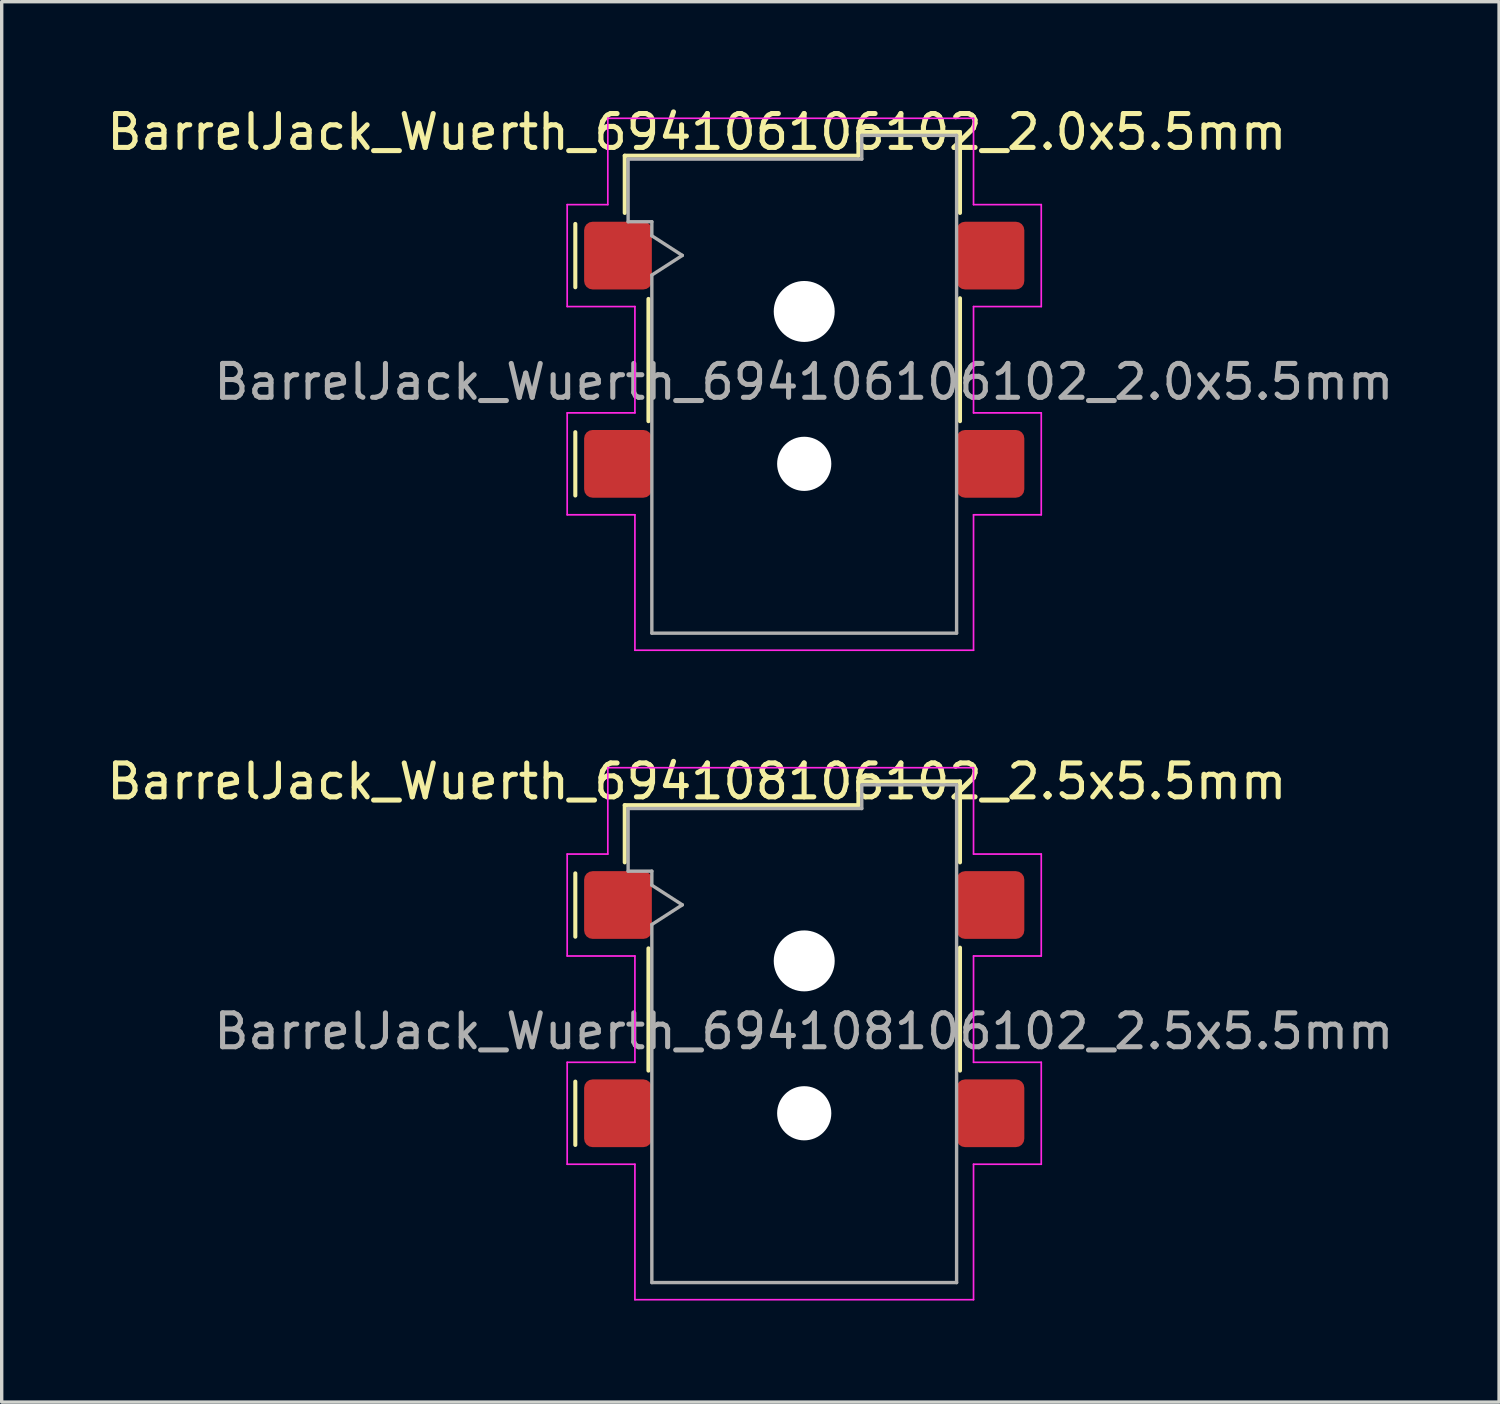
<source format=kicad_pcb>
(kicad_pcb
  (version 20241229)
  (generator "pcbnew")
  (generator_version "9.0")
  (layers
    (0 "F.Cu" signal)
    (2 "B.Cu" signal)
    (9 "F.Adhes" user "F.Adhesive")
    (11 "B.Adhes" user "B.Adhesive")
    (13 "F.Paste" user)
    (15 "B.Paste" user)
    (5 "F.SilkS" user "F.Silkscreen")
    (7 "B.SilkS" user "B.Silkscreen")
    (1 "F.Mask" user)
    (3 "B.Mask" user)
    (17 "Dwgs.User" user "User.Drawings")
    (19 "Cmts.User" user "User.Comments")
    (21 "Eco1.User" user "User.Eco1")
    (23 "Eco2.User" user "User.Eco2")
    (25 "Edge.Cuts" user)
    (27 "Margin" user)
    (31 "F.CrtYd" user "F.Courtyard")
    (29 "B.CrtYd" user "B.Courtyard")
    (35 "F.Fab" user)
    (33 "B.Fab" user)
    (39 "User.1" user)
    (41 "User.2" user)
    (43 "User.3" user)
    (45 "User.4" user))
  (footprint "BarrelJack_Wuerth_694106106102_2.0x5.5mm"
    (layer "F.Cu")
    (at 20.7 7.573)
    (property "Reference" "BarrelJack_Wuerth_694106106102_2.0x5.5mm" (at -3.17 -6.725 0) (layer "F.SilkS") (effects (font (size 1 1) (thickness 0.15))))
    (attr smd)
    (fp_circle (center 0 -1.425) (end 0.9 -1.425) (stroke (width 0.12) (type solid)) (fill no) (layer "B.Mask"))
    (fp_circle (center 0 3.075) (end 0.8 3.075) (stroke (width 0.12) (type solid)) (fill no) (layer "B.Mask"))
    (fp_line (start -6.76 -4.01) (end -6.76 -2.14) (stroke (width 0.12) (type default)) (layer "F.SilkS"))
    (fp_line (start -6.76 2.14) (end -6.76 4.01) (stroke (width 0.12) (type default)) (layer "F.SilkS"))
    (fp_line (start -5.3 -4.335) (end -5.3 -6.025) (stroke (width 0.12) (type solid)) (layer "F.SilkS"))
    (fp_line (start -4.6 -1.795) (end -4.6 1.815) (stroke (width 0.12) (type solid)) (layer "F.SilkS"))
    (fp_line (start 1.6 -6.725) (end 1.6 -6.025) (stroke (width 0.12) (type solid)) (layer "F.SilkS"))
    (fp_line (start 1.6 -6.025) (end -5.3 -6.025) (stroke (width 0.12) (type solid)) (layer "F.SilkS"))
    (fp_line (start 4.6 -6.725) (end 1.6 -6.725) (stroke (width 0.12) (type solid)) (layer "F.SilkS"))
    (fp_line (start 4.6 -6.725) (end 4.6 -4.335) (stroke (width 0.12) (type default)) (layer "F.SilkS"))
    (fp_line (start 4.6 -1.815) (end 4.6 1.815) (stroke (width 0.12) (type solid)) (layer "F.SilkS"))
    (fp_line (start -7 -4.58) (end -7 -1.57) (stroke (width 0.05) (type default)) (layer "F.CrtYd"))
    (fp_line (start -7 1.57) (end -7 4.58) (stroke (width 0.05) (type default)) (layer "F.CrtYd"))
    (fp_line (start -5.8 -7.13) (end -5.8 -4.58) (stroke (width 0.05) (type default)) (layer "F.CrtYd"))
    (fp_line (start -5.8 -7.13) (end 5 -7.13) (stroke (width 0.05) (type solid)) (layer "F.CrtYd"))
    (fp_line (start -5.8 -4.58) (end -7 -4.58) (stroke (width 0.05) (type default)) (layer "F.CrtYd"))
    (fp_line (start -5 -1.57) (end -7 -1.57) (stroke (width 0.05) (type default)) (layer "F.CrtYd"))
    (fp_line (start -5 -1.57) (end -5 1.57) (stroke (width 0.05) (type default)) (layer "F.CrtYd"))
    (fp_line (start -5 1.57) (end -7 1.57) (stroke (width 0.05) (type default)) (layer "F.CrtYd"))
    (fp_line (start -5 4.58) (end -7 4.58) (stroke (width 0.05) (type default)) (layer "F.CrtYd"))
    (fp_line (start -5 8.58) (end -5 4.58) (stroke (width 0.05) (type solid)) (layer "F.CrtYd"))
    (fp_line (start 5 -7.13) (end 5 -4.58) (stroke (width 0.05) (type default)) (layer "F.CrtYd"))
    (fp_line (start 5 -4.58) (end 7 -4.58) (stroke (width 0.05) (type default)) (layer "F.CrtYd"))
    (fp_line (start 5 -1.57) (end 5 1.57) (stroke (width 0.05) (type default)) (layer "F.CrtYd"))
    (fp_line (start 5 1.57) (end 7 1.57) (stroke (width 0.05) (type default)) (layer "F.CrtYd"))
    (fp_line (start 5 4.58) (end 5 8.58) (stroke (width 0.05) (type default)) (layer "F.CrtYd"))
    (fp_line (start 5 8.58) (end -5 8.58) (stroke (width 0.05) (type solid)) (layer "F.CrtYd"))
    (fp_line (start 7 -4.58) (end 7 -1.57) (stroke (width 0.05) (type default)) (layer "F.CrtYd"))
    (fp_line (start 7 -1.57) (end 5 -1.57) (stroke (width 0.05) (type default)) (layer "F.CrtYd"))
    (fp_line (start 7 1.57) (end 7 4.58) (stroke (width 0.05) (type default)) (layer "F.CrtYd"))
    (fp_line (start 7 4.58) (end 5 4.58) (stroke (width 0.05) (type default)) (layer "F.CrtYd"))
    (fp_line (start -5.2 -5.925) (end -5.2 -4.075) (stroke (width 0.1) (type default)) (layer "F.Fab"))
    (fp_line (start -5.2 -4.075) (end -4.5 -4.075) (stroke (width 0.1) (type default)) (layer "F.Fab"))
    (fp_line (start -4.5 -4.075) (end -4.5 -3.66) (stroke (width 0.1) (type default)) (layer "F.Fab"))
    (fp_line (start -4.5 -3.66) (end -3.6 -3.08) (stroke (width 0.1) (type default)) (layer "F.Fab"))
    (fp_line (start -4.5 -2.5) (end -4.5 8.075) (stroke (width 0.1) (type default)) (layer "F.Fab"))
    (fp_line (start -4.5 8.075) (end 4.5 8.075) (stroke (width 0.1) (type default)) (layer "F.Fab"))
    (fp_line (start -3.6 -3.08) (end -4.5 -2.5) (stroke (width 0.1) (type default)) (layer "F.Fab"))
    (fp_line (start 1.7 -6.625) (end 1.7 -5.925) (stroke (width 0.1) (type default)) (layer "F.Fab"))
    (fp_line (start 1.7 -5.925) (end -5.2 -5.925) (stroke (width 0.1) (type default)) (layer "F.Fab"))
    (fp_line (start 4.5 -6.625) (end 1.7 -6.625) (stroke (width 0.1) (type default)) (layer "F.Fab"))
    (fp_line (start 4.5 8.075) (end 4.5 -6.625) (stroke (width 0.1) (type default)) (layer "F.Fab"))
    (fp_text user "${REFERENCE}" (at -0.01 0.655 0) (layer "F.Fab") (effects (font (size 1 1) (thickness 0.15))))
    (pad "" np_thru_hole circle (at 0 -1.425) (size 1.8 1.8) (drill 1.8) (layers "*.Cu" "*.Mask"))
    (pad "" np_thru_hole circle (at 0 3.075) (size 1.6 1.6) (drill 1.6) (layers "*.Cu" "*.Mask"))
    (pad "1" smd roundrect (at -5.5 -3.075) (size 2 2) (layers "F.Cu" "F.Mask" "F.Paste") (roundrect_rratio 0.125))
    (pad "1" smd roundrect (at -5.5 3.075) (size 2 2) (layers "F.Cu" "F.Mask" "F.Paste") (roundrect_rratio 0.125))
    (pad "2" smd roundrect (at 5.5 3.075) (size 2 2) (layers "F.Cu" "F.Mask" "F.Paste") (roundrect_rratio 0.125))
    (pad "3" smd roundrect (at 5.5 -3.075) (size 2 2) (layers "F.Cu" "F.Mask" "F.Paste") (roundrect_rratio 0.125)))
  (footprint "BarrelJack_Wuerth_694108106102_2.5x5.5mm"
    (layer "F.Cu")
    (at 20.7 26.752)
    (property "Reference" "BarrelJack_Wuerth_694108106102_2.5x5.5mm" (at -3.17 -6.725 0) (layer "F.SilkS") (effects (font (size 1 1) (thickness 0.15))))
    (attr smd)
    (fp_circle (center 0 -1.425) (end 0.9 -1.425) (stroke (width 0.12) (type solid)) (fill no) (layer "B.Mask"))
    (fp_circle (center 0 3.075) (end 0.8 3.075) (stroke (width 0.12) (type solid)) (fill no) (layer "B.Mask"))
    (fp_line (start -6.76 -4.01) (end -6.76 -2.14) (stroke (width 0.12) (type default)) (layer "F.SilkS"))
    (fp_line (start -6.76 2.14) (end -6.76 4.01) (stroke (width 0.12) (type default)) (layer "F.SilkS"))
    (fp_line (start -5.3 -4.335) (end -5.3 -6.025) (stroke (width 0.12) (type solid)) (layer "F.SilkS"))
    (fp_line (start -4.6 -1.795) (end -4.6 1.815) (stroke (width 0.12) (type solid)) (layer "F.SilkS"))
    (fp_line (start 1.6 -6.725) (end 1.6 -6.025) (stroke (width 0.12) (type solid)) (layer "F.SilkS"))
    (fp_line (start 1.6 -6.025) (end -5.3 -6.025) (stroke (width 0.12) (type solid)) (layer "F.SilkS"))
    (fp_line (start 4.6 -6.725) (end 1.6 -6.725) (stroke (width 0.12) (type solid)) (layer "F.SilkS"))
    (fp_line (start 4.6 -6.725) (end 4.6 -4.335) (stroke (width 0.12) (type default)) (layer "F.SilkS"))
    (fp_line (start 4.6 -1.815) (end 4.6 1.815) (stroke (width 0.12) (type solid)) (layer "F.SilkS"))
    (fp_line (start -7 -4.58) (end -7 -1.57) (stroke (width 0.05) (type default)) (layer "F.CrtYd"))
    (fp_line (start -7 1.57) (end -7 4.58) (stroke (width 0.05) (type default)) (layer "F.CrtYd"))
    (fp_line (start -5.8 -7.13) (end -5.8 -4.58) (stroke (width 0.05) (type default)) (layer "F.CrtYd"))
    (fp_line (start -5.8 -7.13) (end 5 -7.13) (stroke (width 0.05) (type solid)) (layer "F.CrtYd"))
    (fp_line (start -5.8 -4.58) (end -7 -4.58) (stroke (width 0.05) (type default)) (layer "F.CrtYd"))
    (fp_line (start -5 -1.57) (end -7 -1.57) (stroke (width 0.05) (type default)) (layer "F.CrtYd"))
    (fp_line (start -5 -1.57) (end -5 1.57) (stroke (width 0.05) (type default)) (layer "F.CrtYd"))
    (fp_line (start -5 1.57) (end -7 1.57) (stroke (width 0.05) (type default)) (layer "F.CrtYd"))
    (fp_line (start -5 4.58) (end -7 4.58) (stroke (width 0.05) (type default)) (layer "F.CrtYd"))
    (fp_line (start -5 8.58) (end -5 4.58) (stroke (width 0.05) (type solid)) (layer "F.CrtYd"))
    (fp_line (start 5 -7.13) (end 5 -4.58) (stroke (width 0.05) (type default)) (layer "F.CrtYd"))
    (fp_line (start 5 -4.58) (end 7 -4.58) (stroke (width 0.05) (type default)) (layer "F.CrtYd"))
    (fp_line (start 5 -1.57) (end 5 1.57) (stroke (width 0.05) (type default)) (layer "F.CrtYd"))
    (fp_line (start 5 1.57) (end 7 1.57) (stroke (width 0.05) (type default)) (layer "F.CrtYd"))
    (fp_line (start 5 4.58) (end 5 8.58) (stroke (width 0.05) (type default)) (layer "F.CrtYd"))
    (fp_line (start 5 8.58) (end -5 8.58) (stroke (width 0.05) (type solid)) (layer "F.CrtYd"))
    (fp_line (start 7 -4.58) (end 7 -1.57) (stroke (width 0.05) (type default)) (layer "F.CrtYd"))
    (fp_line (start 7 -1.57) (end 5 -1.57) (stroke (width 0.05) (type default)) (layer "F.CrtYd"))
    (fp_line (start 7 1.57) (end 7 4.58) (stroke (width 0.05) (type default)) (layer "F.CrtYd"))
    (fp_line (start 7 4.58) (end 5 4.58) (stroke (width 0.05) (type default)) (layer "F.CrtYd"))
    (fp_line (start -5.2 -5.925) (end -5.2 -4.075) (stroke (width 0.1) (type default)) (layer "F.Fab"))
    (fp_line (start -5.2 -4.075) (end -4.5 -4.075) (stroke (width 0.1) (type default)) (layer "F.Fab"))
    (fp_line (start -4.5 -4.075) (end -4.5 -3.66) (stroke (width 0.1) (type default)) (layer "F.Fab"))
    (fp_line (start -4.5 -3.66) (end -3.6 -3.08) (stroke (width 0.1) (type default)) (layer "F.Fab"))
    (fp_line (start -4.5 -2.5) (end -4.5 8.075) (stroke (width 0.1) (type default)) (layer "F.Fab"))
    (fp_line (start -4.5 8.075) (end 4.5 8.075) (stroke (width 0.1) (type default)) (layer "F.Fab"))
    (fp_line (start -3.6 -3.08) (end -4.5 -2.5) (stroke (width 0.1) (type default)) (layer "F.Fab"))
    (fp_line (start 1.7 -6.625) (end 1.7 -5.925) (stroke (width 0.1) (type default)) (layer "F.Fab"))
    (fp_line (start 1.7 -5.925) (end -5.2 -5.925) (stroke (width 0.1) (type default)) (layer "F.Fab"))
    (fp_line (start 4.5 -6.625) (end 1.7 -6.625) (stroke (width 0.1) (type default)) (layer "F.Fab"))
    (fp_line (start 4.5 8.075) (end 4.5 -6.625) (stroke (width 0.1) (type default)) (layer "F.Fab"))
    (fp_text user "${REFERENCE}" (at -0.01 0.655 0) (layer "F.Fab") (effects (font (size 1 1) (thickness 0.15))))
    (pad "" np_thru_hole circle (at 0 -1.425) (size 1.8 1.8) (drill 1.8) (layers "*.Cu" "*.Mask"))
    (pad "" np_thru_hole circle (at 0 3.075) (size 1.6 1.6) (drill 1.6) (layers "*.Cu" "*.Mask"))
    (pad "1" smd roundrect (at -5.5 -3.075) (size 2 2) (layers "F.Cu" "F.Mask" "F.Paste") (roundrect_rratio 0.125))
    (pad "1" smd roundrect (at -5.5 3.075) (size 2 2) (layers "F.Cu" "F.Mask" "F.Paste") (roundrect_rratio 0.125))
    (pad "2" smd roundrect (at 5.5 3.075) (size 2 2) (layers "F.Cu" "F.Mask" "F.Paste") (roundrect_rratio 0.125))
    (pad "3" smd roundrect (at 5.5 -3.075) (size 2 2) (layers "F.Cu" "F.Mask" "F.Paste") (roundrect_rratio 0.125)))
  (gr_rect
    (start -3 -3)
    (end 41.22 38.356)
    (stroke (width 0.1) (type default))
    (fill no)
    (layer "Edge.Cuts")))
</source>
